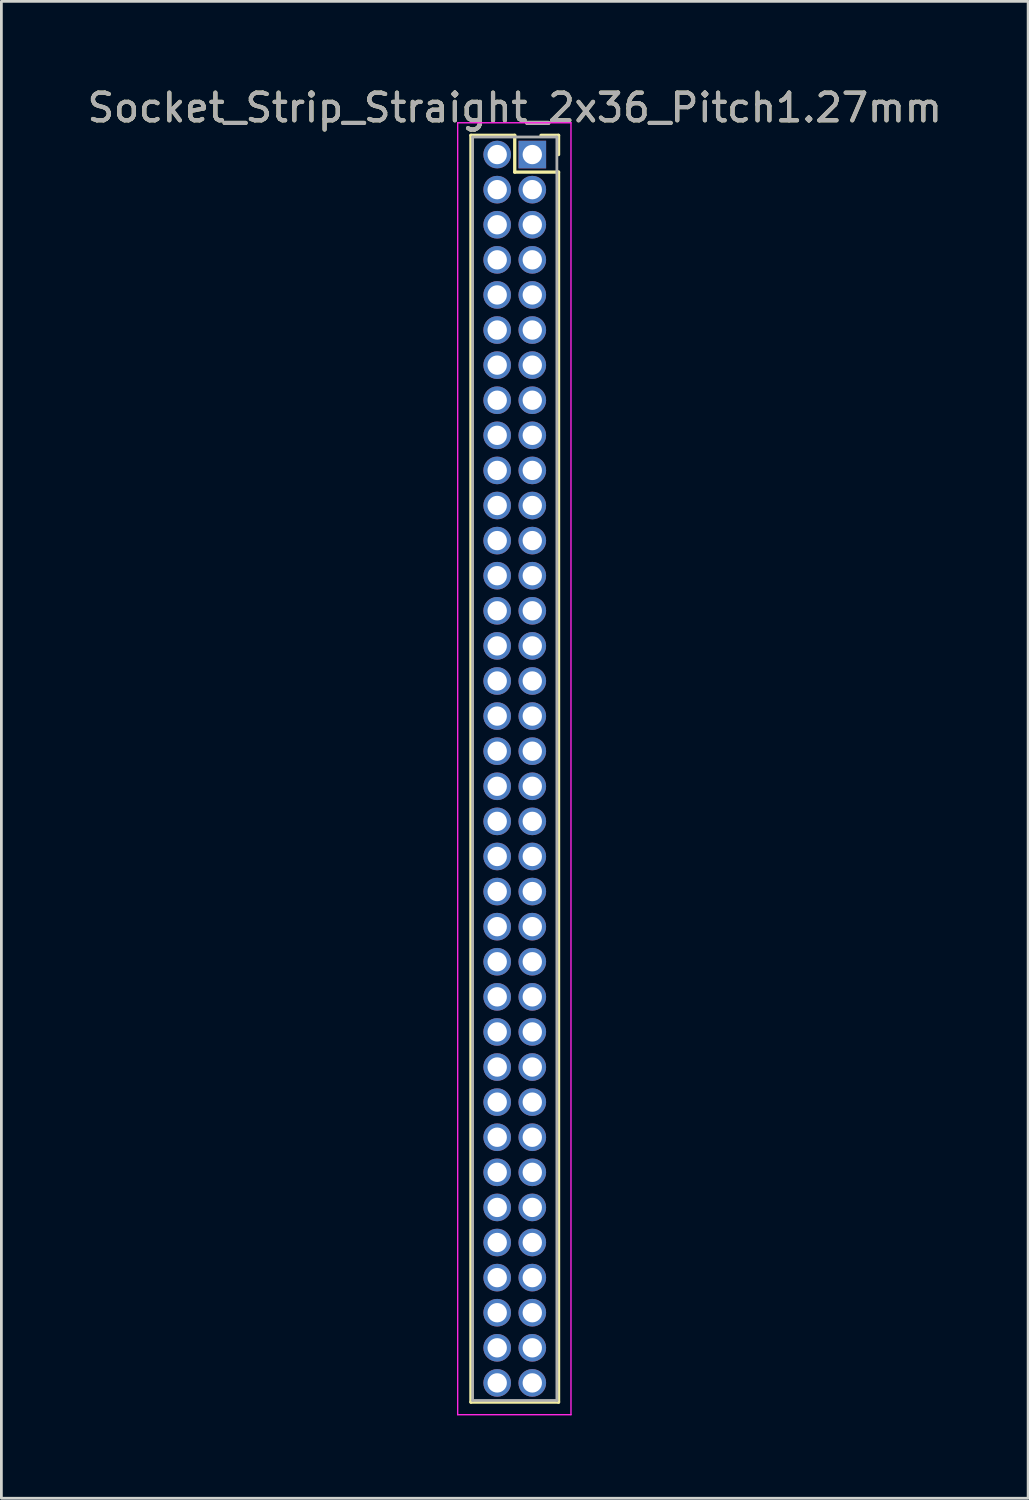
<source format=kicad_pcb>
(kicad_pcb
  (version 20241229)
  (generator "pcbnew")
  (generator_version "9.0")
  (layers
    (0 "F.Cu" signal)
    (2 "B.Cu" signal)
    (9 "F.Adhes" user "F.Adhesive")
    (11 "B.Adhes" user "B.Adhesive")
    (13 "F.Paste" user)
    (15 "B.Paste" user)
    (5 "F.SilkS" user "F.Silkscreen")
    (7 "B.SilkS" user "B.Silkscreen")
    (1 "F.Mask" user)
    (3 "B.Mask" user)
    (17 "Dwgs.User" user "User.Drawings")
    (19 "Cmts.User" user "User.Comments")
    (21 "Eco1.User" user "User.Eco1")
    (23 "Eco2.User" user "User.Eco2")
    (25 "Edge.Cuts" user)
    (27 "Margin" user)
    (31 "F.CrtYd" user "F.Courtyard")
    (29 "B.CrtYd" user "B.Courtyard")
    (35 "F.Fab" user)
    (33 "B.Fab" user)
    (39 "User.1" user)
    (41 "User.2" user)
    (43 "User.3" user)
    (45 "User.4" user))
  (footprint "Socket_Strip_Straight_2x36_Pitch1.27mm"
    (layer "F.Cu")
    (at 16.212 2.543)
    (property "Reference" "Socket_Strip_Straight_2x36_Pitch1.27mm" (at -0.635 -1.695 0) (layer "F.SilkS") (effects (font (size 1 1) (thickness 0.15))))
    (attr through_hole)
    (fp_line (start -2.22 -0.695) (end -0.635 -0.695) (stroke (width 0.12) (type solid)) (layer "F.SilkS"))
    (fp_line (start -2.22 45.145) (end -2.22 -0.695) (stroke (width 0.12) (type solid)) (layer "F.SilkS"))
    (fp_line (start -0.635 -0.695) (end -0.635 0.635) (stroke (width 0.12) (type solid)) (layer "F.SilkS"))
    (fp_line (start -0.635 0.635) (end 0.95 0.635) (stroke (width 0.12) (type solid)) (layer "F.SilkS"))
    (fp_line (start 0.95 -0.695) (end 0.315 -0.695) (stroke (width 0.12) (type solid)) (layer "F.SilkS"))
    (fp_line (start 0.95 0) (end 0.95 -0.695) (stroke (width 0.12) (type solid)) (layer "F.SilkS"))
    (fp_line (start 0.95 0.635) (end 0.95 45.145) (stroke (width 0.12) (type solid)) (layer "F.SilkS"))
    (fp_line (start 0.95 45.145) (end -2.22 45.145) (stroke (width 0.12) (type solid)) (layer "F.SilkS"))
    (fp_line (start -2.7 -1.15) (end -2.7 45.6) (stroke (width 0.05) (type solid)) (layer "F.CrtYd"))
    (fp_line (start -2.7 45.6) (end 1.4 45.6) (stroke (width 0.05) (type solid)) (layer "F.CrtYd"))
    (fp_line (start 1.4 -1.15) (end -2.7 -1.15) (stroke (width 0.05) (type solid)) (layer "F.CrtYd"))
    (fp_line (start 1.4 45.6) (end 1.4 -1.15) (stroke (width 0.05) (type solid)) (layer "F.CrtYd"))
    (fp_line (start -2.16 -0.635) (end -2.16 45.085) (stroke (width 0.1) (type solid)) (layer "F.Fab"))
    (fp_line (start -2.16 45.085) (end 0.89 45.085) (stroke (width 0.1) (type solid)) (layer "F.Fab"))
    (fp_line (start 0.89 -0.635) (end -2.16 -0.635) (stroke (width 0.1) (type solid)) (layer "F.Fab"))
    (fp_line (start 0.89 45.085) (end 0.89 -0.635) (stroke (width 0.1) (type solid)) (layer "F.Fab"))
    (fp_text user "${REFERENCE}" (at -0.635 -1.695 0) (layer "F.Fab") (effects (font (size 1 1) (thickness 0.15))))
    (pad "1" thru_hole rect (at 0 0) (size 1 1) (drill 0.7) (layers "*.Cu" "*.Mask"))
    (pad "2" thru_hole oval (at -1.27 0) (size 1 1) (drill 0.7) (layers "*.Cu" "*.Mask"))
    (pad "3" thru_hole oval (at 0 1.27) (size 1 1) (drill 0.7) (layers "*.Cu" "*.Mask"))
    (pad "4" thru_hole oval (at -1.27 1.27) (size 1 1) (drill 0.7) (layers "*.Cu" "*.Mask"))
    (pad "5" thru_hole oval (at 0 2.54) (size 1 1) (drill 0.7) (layers "*.Cu" "*.Mask"))
    (pad "6" thru_hole oval (at -1.27 2.54) (size 1 1) (drill 0.7) (layers "*.Cu" "*.Mask"))
    (pad "7" thru_hole oval (at 0 3.81) (size 1 1) (drill 0.7) (layers "*.Cu" "*.Mask"))
    (pad "8" thru_hole oval (at -1.27 3.81) (size 1 1) (drill 0.7) (layers "*.Cu" "*.Mask"))
    (pad "9" thru_hole oval (at 0 5.08) (size 1 1) (drill 0.7) (layers "*.Cu" "*.Mask"))
    (pad "10" thru_hole oval (at -1.27 5.08) (size 1 1) (drill 0.7) (layers "*.Cu" "*.Mask"))
    (pad "11" thru_hole oval (at 0 6.35) (size 1 1) (drill 0.7) (layers "*.Cu" "*.Mask"))
    (pad "12" thru_hole oval (at -1.27 6.35) (size 1 1) (drill 0.7) (layers "*.Cu" "*.Mask"))
    (pad "13" thru_hole oval (at 0 7.62) (size 1 1) (drill 0.7) (layers "*.Cu" "*.Mask"))
    (pad "14" thru_hole oval (at -1.27 7.62) (size 1 1) (drill 0.7) (layers "*.Cu" "*.Mask"))
    (pad "15" thru_hole oval (at 0 8.89) (size 1 1) (drill 0.7) (layers "*.Cu" "*.Mask"))
    (pad "16" thru_hole oval (at -1.27 8.89) (size 1 1) (drill 0.7) (layers "*.Cu" "*.Mask"))
    (pad "17" thru_hole oval (at 0 10.16) (size 1 1) (drill 0.7) (layers "*.Cu" "*.Mask"))
    (pad "18" thru_hole oval (at -1.27 10.16) (size 1 1) (drill 0.7) (layers "*.Cu" "*.Mask"))
    (pad "19" thru_hole oval (at 0 11.43) (size 1 1) (drill 0.7) (layers "*.Cu" "*.Mask"))
    (pad "20" thru_hole oval (at -1.27 11.43) (size 1 1) (drill 0.7) (layers "*.Cu" "*.Mask"))
    (pad "21" thru_hole oval (at 0 12.7) (size 1 1) (drill 0.7) (layers "*.Cu" "*.Mask"))
    (pad "22" thru_hole oval (at -1.27 12.7) (size 1 1) (drill 0.7) (layers "*.Cu" "*.Mask"))
    (pad "23" thru_hole oval (at 0 13.97) (size 1 1) (drill 0.7) (layers "*.Cu" "*.Mask"))
    (pad "24" thru_hole oval (at -1.27 13.97) (size 1 1) (drill 0.7) (layers "*.Cu" "*.Mask"))
    (pad "25" thru_hole oval (at 0 15.24) (size 1 1) (drill 0.7) (layers "*.Cu" "*.Mask"))
    (pad "26" thru_hole oval (at -1.27 15.24) (size 1 1) (drill 0.7) (layers "*.Cu" "*.Mask"))
    (pad "27" thru_hole oval (at 0 16.51) (size 1 1) (drill 0.7) (layers "*.Cu" "*.Mask"))
    (pad "28" thru_hole oval (at -1.27 16.51) (size 1 1) (drill 0.7) (layers "*.Cu" "*.Mask"))
    (pad "29" thru_hole oval (at 0 17.78) (size 1 1) (drill 0.7) (layers "*.Cu" "*.Mask"))
    (pad "30" thru_hole oval (at -1.27 17.78) (size 1 1) (drill 0.7) (layers "*.Cu" "*.Mask"))
    (pad "31" thru_hole oval (at 0 19.05) (size 1 1) (drill 0.7) (layers "*.Cu" "*.Mask"))
    (pad "32" thru_hole oval (at -1.27 19.05) (size 1 1) (drill 0.7) (layers "*.Cu" "*.Mask"))
    (pad "33" thru_hole oval (at 0 20.32) (size 1 1) (drill 0.7) (layers "*.Cu" "*.Mask"))
    (pad "34" thru_hole oval (at -1.27 20.32) (size 1 1) (drill 0.7) (layers "*.Cu" "*.Mask"))
    (pad "35" thru_hole oval (at 0 21.59) (size 1 1) (drill 0.7) (layers "*.Cu" "*.Mask"))
    (pad "36" thru_hole oval (at -1.27 21.59) (size 1 1) (drill 0.7) (layers "*.Cu" "*.Mask"))
    (pad "37" thru_hole oval (at 0 22.86) (size 1 1) (drill 0.7) (layers "*.Cu" "*.Mask"))
    (pad "38" thru_hole oval (at -1.27 22.86) (size 1 1) (drill 0.7) (layers "*.Cu" "*.Mask"))
    (pad "39" thru_hole oval (at 0 24.13) (size 1 1) (drill 0.7) (layers "*.Cu" "*.Mask"))
    (pad "40" thru_hole oval (at -1.27 24.13) (size 1 1) (drill 0.7) (layers "*.Cu" "*.Mask"))
    (pad "41" thru_hole oval (at 0 25.4) (size 1 1) (drill 0.7) (layers "*.Cu" "*.Mask"))
    (pad "42" thru_hole oval (at -1.27 25.4) (size 1 1) (drill 0.7) (layers "*.Cu" "*.Mask"))
    (pad "43" thru_hole oval (at 0 26.67) (size 1 1) (drill 0.7) (layers "*.Cu" "*.Mask"))
    (pad "44" thru_hole oval (at -1.27 26.67) (size 1 1) (drill 0.7) (layers "*.Cu" "*.Mask"))
    (pad "45" thru_hole oval (at 0 27.94) (size 1 1) (drill 0.7) (layers "*.Cu" "*.Mask"))
    (pad "46" thru_hole oval (at -1.27 27.94) (size 1 1) (drill 0.7) (layers "*.Cu" "*.Mask"))
    (pad "47" thru_hole oval (at 0 29.21) (size 1 1) (drill 0.7) (layers "*.Cu" "*.Mask"))
    (pad "48" thru_hole oval (at -1.27 29.21) (size 1 1) (drill 0.7) (layers "*.Cu" "*.Mask"))
    (pad "49" thru_hole oval (at 0 30.48) (size 1 1) (drill 0.7) (layers "*.Cu" "*.Mask"))
    (pad "50" thru_hole oval (at -1.27 30.48) (size 1 1) (drill 0.7) (layers "*.Cu" "*.Mask"))
    (pad "51" thru_hole oval (at 0 31.75) (size 1 1) (drill 0.7) (layers "*.Cu" "*.Mask"))
    (pad "52" thru_hole oval (at -1.27 31.75) (size 1 1) (drill 0.7) (layers "*.Cu" "*.Mask"))
    (pad "53" thru_hole oval (at 0 33.02) (size 1 1) (drill 0.7) (layers "*.Cu" "*.Mask"))
    (pad "54" thru_hole oval (at -1.27 33.02) (size 1 1) (drill 0.7) (layers "*.Cu" "*.Mask"))
    (pad "55" thru_hole oval (at 0 34.29) (size 1 1) (drill 0.7) (layers "*.Cu" "*.Mask"))
    (pad "56" thru_hole oval (at -1.27 34.29) (size 1 1) (drill 0.7) (layers "*.Cu" "*.Mask"))
    (pad "57" thru_hole oval (at 0 35.56) (size 1 1) (drill 0.7) (layers "*.Cu" "*.Mask"))
    (pad "58" thru_hole oval (at -1.27 35.56) (size 1 1) (drill 0.7) (layers "*.Cu" "*.Mask"))
    (pad "59" thru_hole oval (at 0 36.83) (size 1 1) (drill 0.7) (layers "*.Cu" "*.Mask"))
    (pad "60" thru_hole oval (at -1.27 36.83) (size 1 1) (drill 0.7) (layers "*.Cu" "*.Mask"))
    (pad "61" thru_hole oval (at 0 38.1) (size 1 1) (drill 0.7) (layers "*.Cu" "*.Mask"))
    (pad "62" thru_hole oval (at -1.27 38.1) (size 1 1) (drill 0.7) (layers "*.Cu" "*.Mask"))
    (pad "63" thru_hole oval (at 0 39.37) (size 1 1) (drill 0.7) (layers "*.Cu" "*.Mask"))
    (pad "64" thru_hole oval (at -1.27 39.37) (size 1 1) (drill 0.7) (layers "*.Cu" "*.Mask"))
    (pad "65" thru_hole oval (at 0 40.64) (size 1 1) (drill 0.7) (layers "*.Cu" "*.Mask"))
    (pad "66" thru_hole oval (at -1.27 40.64) (size 1 1) (drill 0.7) (layers "*.Cu" "*.Mask"))
    (pad "67" thru_hole oval (at 0 41.91) (size 1 1) (drill 0.7) (layers "*.Cu" "*.Mask"))
    (pad "68" thru_hole oval (at -1.27 41.91) (size 1 1) (drill 0.7) (layers "*.Cu" "*.Mask"))
    (pad "69" thru_hole oval (at 0 43.18) (size 1 1) (drill 0.7) (layers "*.Cu" "*.Mask"))
    (pad "70" thru_hole oval (at -1.27 43.18) (size 1 1) (drill 0.7) (layers "*.Cu" "*.Mask"))
    (pad "71" thru_hole oval (at 0 44.45) (size 1 1) (drill 0.7) (layers "*.Cu" "*.Mask"))
    (pad "72" thru_hole oval (at -1.27 44.45) (size 1 1) (drill 0.7) (layers "*.Cu" "*.Mask")))
  (gr_rect
    (start -3 -3)
    (end 34.155 51.168)
    (stroke (width 0.1) (type default))
    (fill no)
    (layer "Edge.Cuts")))
</source>
